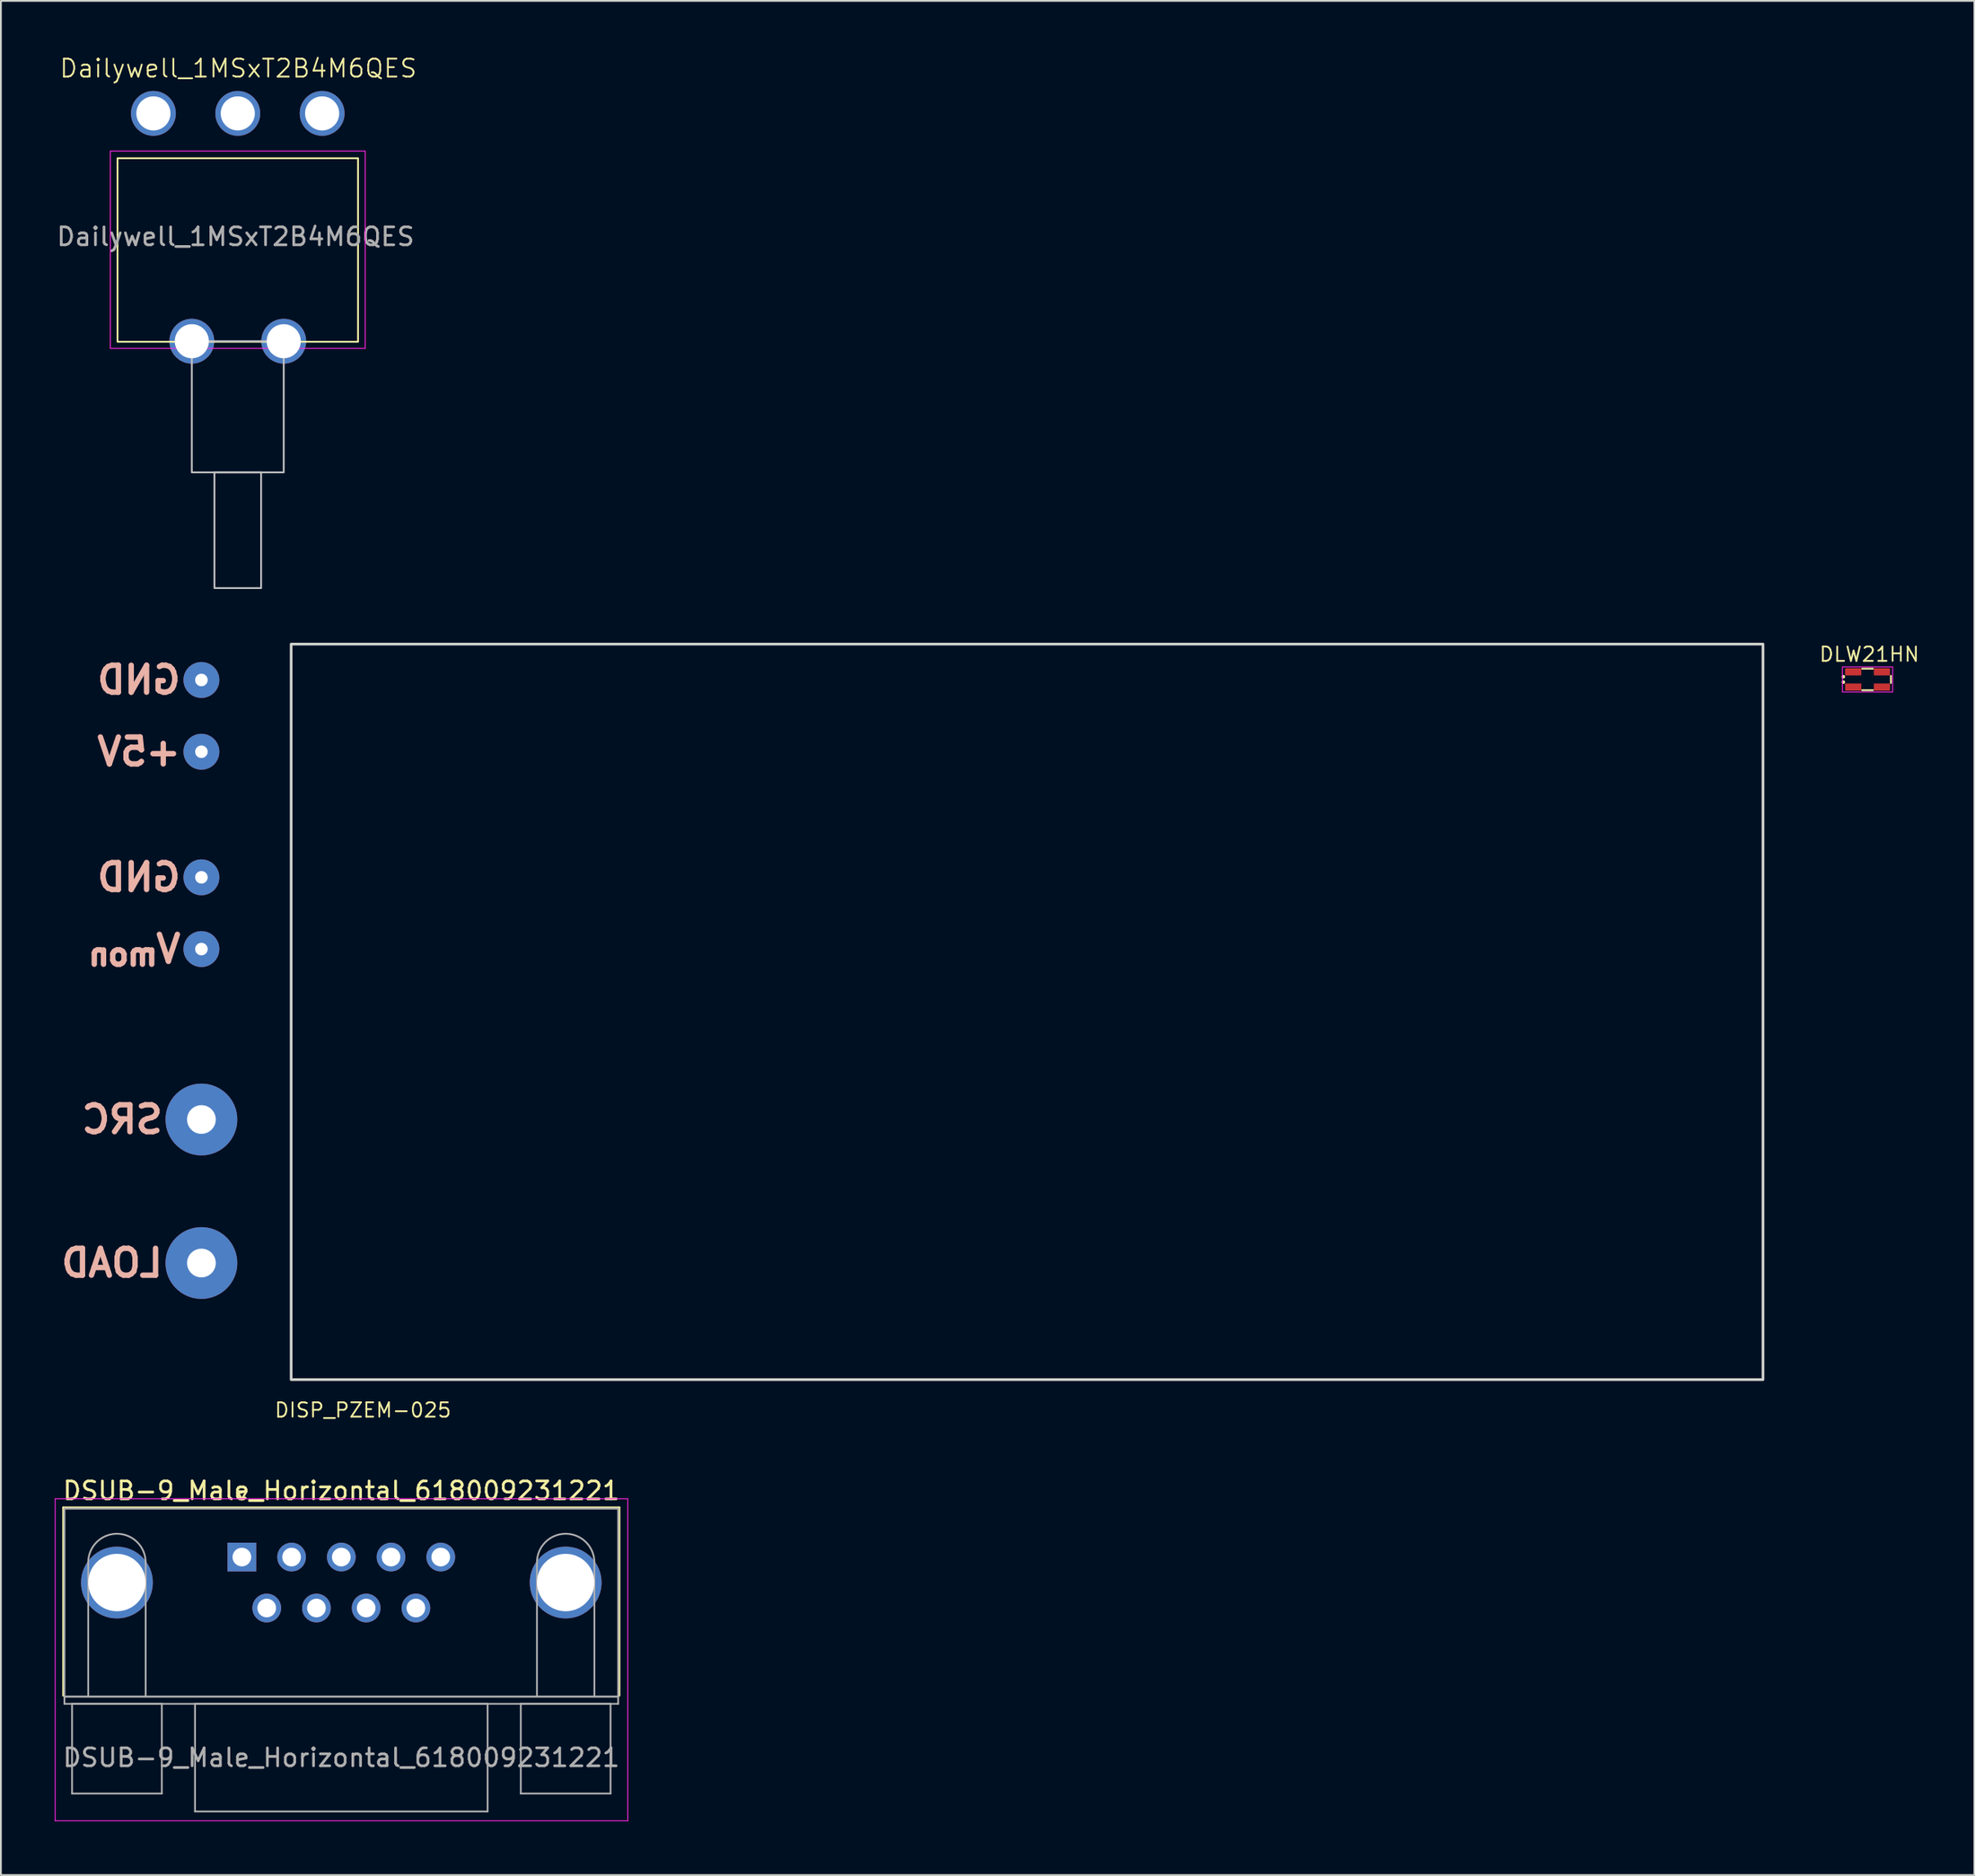
<source format=kicad_pcb>
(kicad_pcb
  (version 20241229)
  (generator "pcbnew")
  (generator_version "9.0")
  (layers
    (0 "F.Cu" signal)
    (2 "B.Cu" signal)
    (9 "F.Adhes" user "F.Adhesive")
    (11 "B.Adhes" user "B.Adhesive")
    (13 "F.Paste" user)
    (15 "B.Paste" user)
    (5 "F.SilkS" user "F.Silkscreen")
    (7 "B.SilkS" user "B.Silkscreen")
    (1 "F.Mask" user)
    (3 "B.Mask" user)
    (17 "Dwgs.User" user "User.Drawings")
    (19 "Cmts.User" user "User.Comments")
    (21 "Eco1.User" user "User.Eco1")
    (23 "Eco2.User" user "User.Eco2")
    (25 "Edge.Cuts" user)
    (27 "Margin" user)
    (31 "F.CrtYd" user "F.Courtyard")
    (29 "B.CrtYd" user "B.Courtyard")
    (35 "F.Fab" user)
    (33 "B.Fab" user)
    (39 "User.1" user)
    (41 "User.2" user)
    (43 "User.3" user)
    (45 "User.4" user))
  (footprint "DSUB-9_Male_Horizontal_618009231221"
    (layer "F.Cu")
    (at 10.425 83.747)
    (property "Reference" "DSUB-9_Male_Horizontal_618009231221" (at 5.54 -3.7 0) (layer "F.SilkS") (effects (font (size 1 1) (thickness 0.15))))
    (attr through_hole)
    (fp_line (start -9.945 -2.76) (end 21.025 -2.76) (stroke (width 0.12) (type solid)) (layer "F.SilkS"))
    (fp_line (start -9.945 7.72) (end -9.945 -2.76) (stroke (width 0.12) (type solid)) (layer "F.SilkS"))
    (fp_line (start -0.25 -3.654) (end 0.25 -3.654) (stroke (width 0.12) (type solid)) (layer "F.SilkS"))
    (fp_line (start 0 -3.221) (end -0.25 -3.654) (stroke (width 0.12) (type solid)) (layer "F.SilkS"))
    (fp_line (start 0.25 -3.654) (end 0 -3.221) (stroke (width 0.12) (type solid)) (layer "F.SilkS"))
    (fp_line (start 21.025 -2.76) (end 21.025 7.72) (stroke (width 0.12) (type solid)) (layer "F.SilkS"))
    (fp_line (start -10.4 -3.25) (end -10.4 14.7) (stroke (width 0.05) (type solid)) (layer "F.CrtYd"))
    (fp_line (start -10.4 14.7) (end 21.5 14.7) (stroke (width 0.05) (type solid)) (layer "F.CrtYd"))
    (fp_line (start 21.5 -3.25) (end -10.4 -3.25) (stroke (width 0.05) (type solid)) (layer "F.CrtYd"))
    (fp_line (start 21.5 14.7) (end 21.5 -3.25) (stroke (width 0.05) (type solid)) (layer "F.CrtYd"))
    (fp_line (start -9.885 -2.7) (end -9.885 7.78) (stroke (width 0.1) (type solid)) (layer "F.Fab"))
    (fp_line (start -9.885 7.78) (end -9.885 8.18) (stroke (width 0.1) (type solid)) (layer "F.Fab"))
    (fp_line (start -9.885 7.78) (end 20.965 7.78) (stroke (width 0.1) (type solid)) (layer "F.Fab"))
    (fp_line (start -9.885 8.18) (end 20.965 8.18) (stroke (width 0.1) (type solid)) (layer "F.Fab"))
    (fp_line (start -9.46 8.18) (end -9.46 13.18) (stroke (width 0.1) (type solid)) (layer "F.Fab"))
    (fp_line (start -9.46 13.18) (end -4.46 13.18) (stroke (width 0.1) (type solid)) (layer "F.Fab"))
    (fp_line (start -8.56 7.78) (end -8.56 0.3) (stroke (width 0.1) (type solid)) (layer "F.Fab"))
    (fp_line (start -5.36 7.78) (end -5.36 0.3) (stroke (width 0.1) (type solid)) (layer "F.Fab"))
    (fp_line (start -4.46 8.18) (end -9.46 8.18) (stroke (width 0.1) (type solid)) (layer "F.Fab"))
    (fp_line (start -4.46 13.18) (end -4.46 8.18) (stroke (width 0.1) (type solid)) (layer "F.Fab"))
    (fp_line (start -2.61 8.18) (end -2.61 14.18) (stroke (width 0.1) (type solid)) (layer "F.Fab"))
    (fp_line (start -2.61 14.18) (end 13.69 14.18) (stroke (width 0.1) (type solid)) (layer "F.Fab"))
    (fp_line (start 13.69 8.18) (end -2.61 8.18) (stroke (width 0.1) (type solid)) (layer "F.Fab"))
    (fp_line (start 13.69 14.18) (end 13.69 8.18) (stroke (width 0.1) (type solid)) (layer "F.Fab"))
    (fp_line (start 15.54 8.18) (end 15.54 13.18) (stroke (width 0.1) (type solid)) (layer "F.Fab"))
    (fp_line (start 15.54 13.18) (end 20.54 13.18) (stroke (width 0.1) (type solid)) (layer "F.Fab"))
    (fp_line (start 16.44 7.78) (end 16.44 0.3) (stroke (width 0.1) (type solid)) (layer "F.Fab"))
    (fp_line (start 19.64 7.78) (end 19.64 0.3) (stroke (width 0.1) (type solid)) (layer "F.Fab"))
    (fp_line (start 20.54 8.18) (end 15.54 8.18) (stroke (width 0.1) (type solid)) (layer "F.Fab"))
    (fp_line (start 20.54 13.18) (end 20.54 8.18) (stroke (width 0.1) (type solid)) (layer "F.Fab"))
    (fp_line (start 20.965 -2.7) (end -9.885 -2.7) (stroke (width 0.1) (type solid)) (layer "F.Fab"))
    (fp_line (start 20.965 7.78) (end -9.885 7.78) (stroke (width 0.1) (type solid)) (layer "F.Fab"))
    (fp_line (start 20.965 7.78) (end 20.965 -2.7) (stroke (width 0.1) (type solid)) (layer "F.Fab"))
    (fp_line (start 20.965 8.18) (end 20.965 7.78) (stroke (width 0.1) (type solid)) (layer "F.Fab"))
    (fp_arc (start -8.56 0.3) (mid -6.96 -1.3) (end -5.36 0.3) (stroke (width 0.1) (type solid)) (layer "F.Fab"))
    (fp_arc (start 16.44 0.3) (mid 18.04 -1.3) (end 19.64 0.3) (stroke (width 0.1) (type solid)) (layer "F.Fab"))
    (fp_text user "${REFERENCE}" (at 5.54 11.18 0) (layer "F.Fab") (effects (font (size 1 1) (thickness 0.15))))
    (pad "0" thru_hole oval (at -6.96 1.42) (size 4 4) (drill 3.2) (layers "*.Cu" "*.Mask"))
    (pad "0" thru_hole oval (at 18.04 1.42) (size 4 4) (drill 3.2) (layers "*.Cu" "*.Mask"))
    (pad "1" thru_hole rect (at 0 0) (size 1.6 1.6) (drill 1.04) (layers "*.Cu" "*.Mask"))
    (pad "2" thru_hole circle (at 2.77 0) (size 1.6 1.6) (drill 1.04) (layers "*.Cu" "*.Mask"))
    (pad "3" thru_hole circle (at 5.54 0) (size 1.6 1.6) (drill 1.04) (layers "*.Cu" "*.Mask"))
    (pad "4" thru_hole circle (at 8.31 0) (size 1.6 1.6) (drill 1.04) (layers "*.Cu" "*.Mask"))
    (pad "5" thru_hole circle (at 11.08 0) (size 1.6 1.6) (drill 1.04) (layers "*.Cu" "*.Mask"))
    (pad "6" thru_hole circle (at 1.385 2.84) (size 1.6 1.6) (drill 1.04) (layers "*.Cu" "*.Mask"))
    (pad "7" thru_hole circle (at 4.155 2.84) (size 1.6 1.6) (drill 1.04) (layers "*.Cu" "*.Mask"))
    (pad "8" thru_hole circle (at 6.925 2.84) (size 1.6 1.6) (drill 1.04) (layers "*.Cu" "*.Mask"))
    (pad "9" thru_hole circle (at 9.695 2.84) (size 1.6 1.6) (drill 1.04) (layers "*.Cu" "*.Mask")))
  (footprint "DLW21HN"
    (layer "F.Cu")
    (at 100.997 34.824)
    (property "Reference" "DLW21HN" (at 0.1 -1.4 0) (unlocked yes) (layer "F.SilkS") (effects (font (size 0.8 0.8) (thickness 0.1))))
    (attr smd)
    (fp_line (start -0.3 -0.6) (end 0.3 -0.6) (stroke (width 0.1) (type default)) (layer "F.SilkS"))
    (fp_line (start -0.3 0.6) (end 0.3 0.6) (stroke (width 0.1) (type default)) (layer "F.SilkS"))
    (fp_line (start 1.3 -0.2) (end 1.3 0.2) (stroke (width 0.1) (type default)) (layer "F.SilkS"))
    (fp_circle (center -1.35 -0.15) (end -1.3 -0.15) (stroke (width 0.1) (type default)) (fill no) (layer "F.SilkS"))
    (fp_circle (center -1.35 0.15) (end -1.3 0.15) (stroke (width 0.1) (type default)) (fill no) (layer "F.SilkS"))
    (fp_rect (start -1.4 -0.7) (end 1.4 0.7) (stroke (width 0.05) (type default)) (fill no) (layer "F.CrtYd"))
    (pad "1" smd roundrect (at -0.8 -0.425) (size 0.9 0.4) (layers "F.Cu" "F.Mask" "F.Paste") (roundrect_rratio 0.06))
    (pad "2" smd roundrect (at 0.8 -0.425) (size 0.9 0.4) (layers "F.Cu" "F.Mask" "F.Paste") (roundrect_rratio 0.06))
    (pad "3" smd roundrect (at 0.8 0.425) (size 0.9 0.4) (layers "F.Cu" "F.Mask" "F.Paste") (roundrect_rratio 0.06))
    (pad "4" smd roundrect (at -0.8 0.425) (size 0.9 0.4) (layers "F.Cu" "F.Mask" "F.Paste") (roundrect_rratio 0.06)))
  (footprint "DISP_PZEM-025"
    (layer "F.Cu")
    (at 54.171 53.355)
    (property "Reference" "DISP_PZEM-025" (at -37 22.2 0) (unlocked yes) (layer "F.SilkS") (effects (font (size 0.8 0.8) (thickness 0.1))))
    (attr through_hole)
    (fp_rect (start -41 -20.5) (end 41 20.5) (stroke (width 0.15) (type default)) (fill no) (layer "Edge.Cuts"))
    (fp_text user "V_{mon}" (at -47 -3.5 0) (unlocked yes) (layer "B.SilkS") (effects (font (size 1.5 1.5) (thickness 0.3)) (justify left mirror)))
    (fp_text user "+5V" (at -47 -14.5 0) (unlocked yes) (layer "B.SilkS") (effects (font (size 1.5 1.5) (thickness 0.3)) (justify left mirror)))
    (fp_text user "GND" (at -47 -7.5 0) (unlocked yes) (layer "B.SilkS") (effects (font (size 1.5 1.5) (thickness 0.3)) (justify left mirror)))
    (fp_text user "GND" (at -47 -18.5 0) (unlocked yes) (layer "B.SilkS") (effects (font (size 1.5 1.5) (thickness 0.3)) (justify left mirror)))
    (fp_text user "SRC" (at -48 6 0) (unlocked yes) (layer "B.SilkS") (effects (font (size 1.5 1.5) (thickness 0.3)) (justify left mirror)))
    (fp_text user "LOAD" (at -48 14 0) (unlocked yes) (layer "B.SilkS") (effects (font (size 1.5 1.5) (thickness 0.3)) (justify left mirror)))
    (pad "1" thru_hole circle (at -46 6) (size 4 4) (drill 1.6) (layers "*.Cu" "*.Mask"))
    (pad "2" thru_hole circle (at -46 14) (size 4 4) (drill 1.6) (layers "*.Cu" "*.Mask"))
    (pad "3" thru_hole circle (at -46 -14.5) (size 2 2) (drill 0.7) (layers "*.Cu" "*.Mask"))
    (pad "4" thru_hole circle (at -46 -18.5) (size 2 2) (drill 0.7) (layers "*.Cu" "*.Mask"))
    (pad "5" thru_hole circle (at -46 -3.5) (size 2 2) (drill 0.7) (layers "*.Cu" "*.Mask"))
    (pad "6" thru_hole circle (at -46 -7.5) (size 2 2) (drill 0.7) (layers "*.Cu" "*.Mask")))
  (footprint "Dailywell_1MSxT2B4M6QES"
    (layer "F.Cu")
    (at 10.197 3.271)
    (property "Reference" "Dailywell_1MSxT2B4M6QES" (at 0.03 -2.51 0) (unlocked yes) (layer "F.SilkS") (effects (font (size 1 1) (thickness 0.1))))
    (attr through_hole)
    (fp_rect (start -6.7 2.5) (end 6.7 12.73) (stroke (width 0.1) (type default)) (fill no) (layer "F.SilkS"))
    (fp_rect (start -2.56 12.7) (end 2.56 20.01) (stroke (width 0.1) (type default)) (fill no) (layer "Dwgs.User"))
    (fp_rect (start -1.3 20.01) (end 1.3 26.46) (stroke (width 0.1) (type default)) (fill no) (layer "Dwgs.User"))
    (fp_rect (start -7.1 2.1) (end 7.1 13.1) (stroke (width 0.05) (type default)) (fill no) (layer "F.CrtYd"))
    (fp_text user "${REFERENCE}" (at -0.12 6.87 0) (unlocked yes) (layer "F.Fab") (effects (font (size 1 1) (thickness 0.15))))
    (pad "" np_thru_hole circle (at -2.56 12.7) (size 2.5 2.5) (drill 1.9) (layers "*.Cu" "*.Mask"))
    (pad "" np_thru_hole circle (at 2.56 12.7) (size 2.5 2.5) (drill 1.9) (layers "*.Cu" "*.Mask"))
    (pad "1" thru_hole circle (at -4.7 0) (size 2.5 2.5) (drill 1.9) (layers "*.Cu" "*.Mask"))
    (pad "2" thru_hole circle (at 0 0) (size 2.5 2.5) (drill 1.9) (layers "*.Cu" "*.Mask"))
    (pad "3" thru_hole circle (at 4.7 0) (size 2.5 2.5) (drill 1.9) (layers "*.Cu" "*.Mask")))
  (gr_rect
    (start -3 -3)
    (end 106.948 101.472)
    (stroke (width 0.1) (type default))
    (fill no)
    (layer "Edge.Cuts")))
</source>
